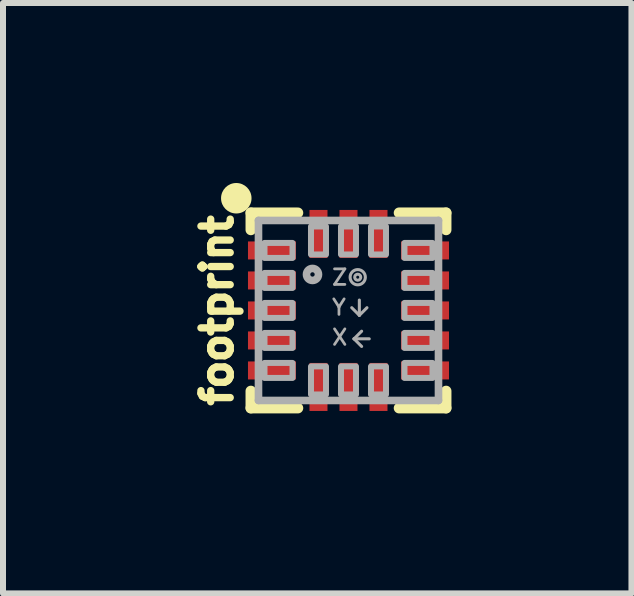
<source format=kicad_pcb>
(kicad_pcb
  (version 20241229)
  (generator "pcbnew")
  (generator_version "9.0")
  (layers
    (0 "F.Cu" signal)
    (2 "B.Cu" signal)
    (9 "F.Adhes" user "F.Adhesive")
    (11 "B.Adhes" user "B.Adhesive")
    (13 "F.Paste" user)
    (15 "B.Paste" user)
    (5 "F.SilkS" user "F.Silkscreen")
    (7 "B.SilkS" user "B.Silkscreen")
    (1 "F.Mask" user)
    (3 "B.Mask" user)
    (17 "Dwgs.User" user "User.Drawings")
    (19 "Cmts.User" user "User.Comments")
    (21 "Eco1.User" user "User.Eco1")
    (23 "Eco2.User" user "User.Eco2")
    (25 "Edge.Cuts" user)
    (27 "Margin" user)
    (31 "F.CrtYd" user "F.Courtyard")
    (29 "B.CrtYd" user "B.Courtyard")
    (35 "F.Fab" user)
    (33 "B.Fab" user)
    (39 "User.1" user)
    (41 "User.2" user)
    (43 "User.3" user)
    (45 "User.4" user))
  (footprint "footprint"
    (layer "F.Cu")
    (at 2.758 2.124)
    (property "Reference" "footprint" (at -1.905 0 90) (layer "F.SilkS") (effects (font (size 0.488 0.488) (thickness 0.122)) (justify bottom)))
    (fp_line (start -1.627 -1.627) (end -0.843 -1.627) (stroke (width 0.178) (type solid)) (layer "F.SilkS"))
    (fp_line (start -1.627 -1.343) (end -1.627 -1.627) (stroke (width 0.178) (type solid)) (layer "F.SilkS"))
    (fp_line (start -1.627 1.343) (end -1.627 1.627) (stroke (width 0.178) (type solid)) (layer "F.SilkS"))
    (fp_line (start -1.627 1.627) (end -0.843 1.627) (stroke (width 0.178) (type solid)) (layer "F.SilkS"))
    (fp_line (start 1.627 -1.627) (end 0.843 -1.627) (stroke (width 0.178) (type solid)) (layer "F.SilkS"))
    (fp_line (start 1.627 -1.343) (end 1.627 -1.627) (stroke (width 0.178) (type solid)) (layer "F.SilkS"))
    (fp_line (start 1.627 1.343) (end 1.627 1.627) (stroke (width 0.178) (type solid)) (layer "F.SilkS"))
    (fp_line (start 1.627 1.627) (end 0.843 1.627) (stroke (width 0.178) (type solid)) (layer "F.SilkS"))
    (fp_circle (center -1.87 -1.87) (end -1.743 -1.87) (stroke (width 0.254) (type solid)) (fill yes) (layer "F.SilkS"))
    (fp_line (start -1.5 -1.5) (end 1.5 -1.5) (stroke (width 0.127) (type solid)) (layer "F.Fab"))
    (fp_line (start -1.5 1.5) (end -1.5 -1.5) (stroke (width 0.127) (type solid)) (layer "F.Fab"))
    (fp_line (start 0.092 0.473) (end 0.219 0.346) (stroke (width 0.051) (type solid)) (layer "F.Fab"))
    (fp_line (start 0.092 0.473) (end 0.219 0.6) (stroke (width 0.051) (type solid)) (layer "F.Fab"))
    (fp_line (start 0.181 -0.173) (end 0.181 0.081) (stroke (width 0.051) (type solid)) (layer "F.Fab"))
    (fp_line (start 0.181 0.081) (end 0.054 -0.046) (stroke (width 0.051) (type solid)) (layer "F.Fab"))
    (fp_line (start 0.181 0.081) (end 0.308 -0.046) (stroke (width 0.051) (type solid)) (layer "F.Fab"))
    (fp_line (start 0.346 0.473) (end 0.092 0.473) (stroke (width 0.051) (type solid)) (layer "F.Fab"))
    (fp_line (start 1.5 -1.5) (end 1.5 1.5) (stroke (width 0.127) (type solid)) (layer "F.Fab"))
    (fp_line (start 1.5 1.5) (end -1.5 1.5) (stroke (width 0.127) (type solid)) (layer "F.Fab"))
    (fp_circle (center -0.6 -0.6) (end -0.5 -0.6) (stroke (width 0.127) (type solid)) (fill no) (layer "F.Fab"))
    (fp_circle (center 0.154 -0.554) (end 0.179 -0.554) (stroke (width 0.051) (type solid)) (fill no) (layer "F.Fab"))
    (fp_circle (center 0.154 -0.554) (end 0.281 -0.554) (stroke (width 0.051) (type solid)) (fill no) (layer "F.Fab"))
    (fp_poly (pts (xy -1.4 -0.875) (xy -0.933 -0.875) (xy -0.933 -1.125) (xy -1.4 -1.125)) (stroke (width 0.1) (type solid)) (fill no) (layer "F.Fab"))
    (fp_poly (pts (xy -1.4 -0.375) (xy -0.933 -0.375) (xy -0.933 -0.625) (xy -1.4 -0.625)) (stroke (width 0.1) (type solid)) (fill no) (layer "F.Fab"))
    (fp_poly (pts (xy -1.4 0.125) (xy -0.933 0.125) (xy -0.933 -0.125) (xy -1.4 -0.125)) (stroke (width 0.1) (type solid)) (fill no) (layer "F.Fab"))
    (fp_poly (pts (xy -1.4 0.625) (xy -0.933 0.625) (xy -0.933 0.375) (xy -1.4 0.375)) (stroke (width 0.1) (type solid)) (fill no) (layer "F.Fab"))
    (fp_poly (pts (xy -1.4 1.125) (xy -0.933 1.125) (xy -0.933 0.875) (xy -1.4 0.875)) (stroke (width 0.1) (type solid)) (fill no) (layer "F.Fab"))
    (fp_poly (pts (xy -0.625 1.4) (xy -0.375 1.4) (xy -0.375 0.933) (xy -0.625 0.933)) (stroke (width 0.1) (type solid)) (fill no) (layer "F.Fab"))
    (fp_poly (pts (xy -0.375 -1.4) (xy -0.625 -1.4) (xy -0.625 -0.933) (xy -0.375 -0.933)) (stroke (width 0.1) (type solid)) (fill no) (layer "F.Fab"))
    (fp_poly (pts (xy -0.125 1.4) (xy 0.125 1.4) (xy 0.125 0.933) (xy -0.125 0.933)) (stroke (width 0.1) (type solid)) (fill no) (layer "F.Fab"))
    (fp_poly (pts (xy 0.125 -1.4) (xy -0.125 -1.4) (xy -0.125 -0.933) (xy 0.125 -0.933)) (stroke (width 0.1) (type solid)) (fill no) (layer "F.Fab"))
    (fp_poly (pts (xy 0.375 1.4) (xy 0.625 1.4) (xy 0.625 0.933) (xy 0.375 0.933)) (stroke (width 0.1) (type solid)) (fill no) (layer "F.Fab"))
    (fp_poly (pts (xy 0.625 -1.4) (xy 0.375 -1.4) (xy 0.375 -0.933) (xy 0.625 -0.933)) (stroke (width 0.1) (type solid)) (fill no) (layer "F.Fab"))
    (fp_poly (pts (xy 1.4 -1.125) (xy 0.933 -1.125) (xy 0.933 -0.875) (xy 1.4 -0.875)) (stroke (width 0.1) (type solid)) (fill no) (layer "F.Fab"))
    (fp_poly (pts (xy 1.4 -0.625) (xy 0.933 -0.625) (xy 0.933 -0.375) (xy 1.4 -0.375)) (stroke (width 0.1) (type solid)) (fill no) (layer "F.Fab"))
    (fp_poly (pts (xy 1.4 -0.125) (xy 0.933 -0.125) (xy 0.933 0.125) (xy 1.4 0.125)) (stroke (width 0.1) (type solid)) (fill no) (layer "F.Fab"))
    (fp_poly (pts (xy 1.4 0.375) (xy 0.933 0.375) (xy 0.933 0.625) (xy 1.4 0.625)) (stroke (width 0.1) (type solid)) (fill no) (layer "F.Fab"))
    (fp_poly (pts (xy 1.4 0.875) (xy 0.933 0.875) (xy 0.933 1.125) (xy 1.4 1.125)) (stroke (width 0.1) (type solid)) (fill no) (layer "F.Fab"))
    (fp_text user "X" (at -0.3 0.6 0) (layer "F.Fab") (effects (font (size 0.259 0.259) (thickness 0.046)) (justify left bottom)))
    (fp_text user "Z" (at -0.3 -0.4 0) (layer "F.Fab") (effects (font (size 0.259 0.259) (thickness 0.046)) (justify left bottom)))
    (fp_text user "Y" (at -0.3 0.1 0) (layer "F.Fab") (effects (font (size 0.259 0.259) (thickness 0.046)) (justify left bottom)))
    (pad "1" smd rect (at -1.275 -1 270) (size 0.3 0.8) (layers "F.Cu" "F.Mask" "F.Paste"))
    (pad "2" smd rect (at -1.275 -0.5 270) (size 0.3 0.8) (layers "F.Cu" "F.Mask" "F.Paste"))
    (pad "3" smd rect (at -1.275 0 270) (size 0.3 0.8) (layers "F.Cu" "F.Mask" "F.Paste"))
    (pad "4" smd rect (at -1.275 0.5 270) (size 0.3 0.8) (layers "F.Cu" "F.Mask" "F.Paste"))
    (pad "5" smd rect (at -1.275 1 270) (size 0.3 0.8) (layers "F.Cu" "F.Mask" "F.Paste"))
    (pad "6" smd rect (at -0.5 1.275) (size 0.3 0.8) (layers "F.Cu" "F.Mask" "F.Paste"))
    (pad "7" smd rect (at 0 1.275) (size 0.3 0.8) (layers "F.Cu" "F.Mask" "F.Paste"))
    (pad "8" smd rect (at 0.5 1.275) (size 0.3 0.8) (layers "F.Cu" "F.Mask" "F.Paste"))
    (pad "9" smd rect (at 1.275 1 90) (size 0.3 0.8) (layers "F.Cu" "F.Mask" "F.Paste"))
    (pad "10" smd rect (at 1.275 0.5 90) (size 0.3 0.8) (layers "F.Cu" "F.Mask" "F.Paste"))
    (pad "11" smd rect (at 1.275 0 90) (size 0.3 0.8) (layers "F.Cu" "F.Mask" "F.Paste"))
    (pad "12" smd rect (at 1.275 -0.5 90) (size 0.3 0.8) (layers "F.Cu" "F.Mask" "F.Paste"))
    (pad "13" smd rect (at 1.275 -1 90) (size 0.3 0.8) (layers "F.Cu" "F.Mask" "F.Paste"))
    (pad "14" smd rect (at 0.5 -1.275 180) (size 0.3 0.8) (layers "F.Cu" "F.Mask" "F.Paste"))
    (pad "15" smd rect (at 0 -1.275 180) (size 0.3 0.8) (layers "F.Cu" "F.Mask" "F.Paste"))
    (pad "16" smd rect (at -0.5 -1.275 180) (size 0.3 0.8) (layers "F.Cu" "F.Mask" "F.Paste")))
  (gr_rect
    (start -3 -3)
    (end 7.474 6.84)
    (stroke (width 0.1) (type default))
    (fill no)
    (layer "Edge.Cuts")))
</source>
